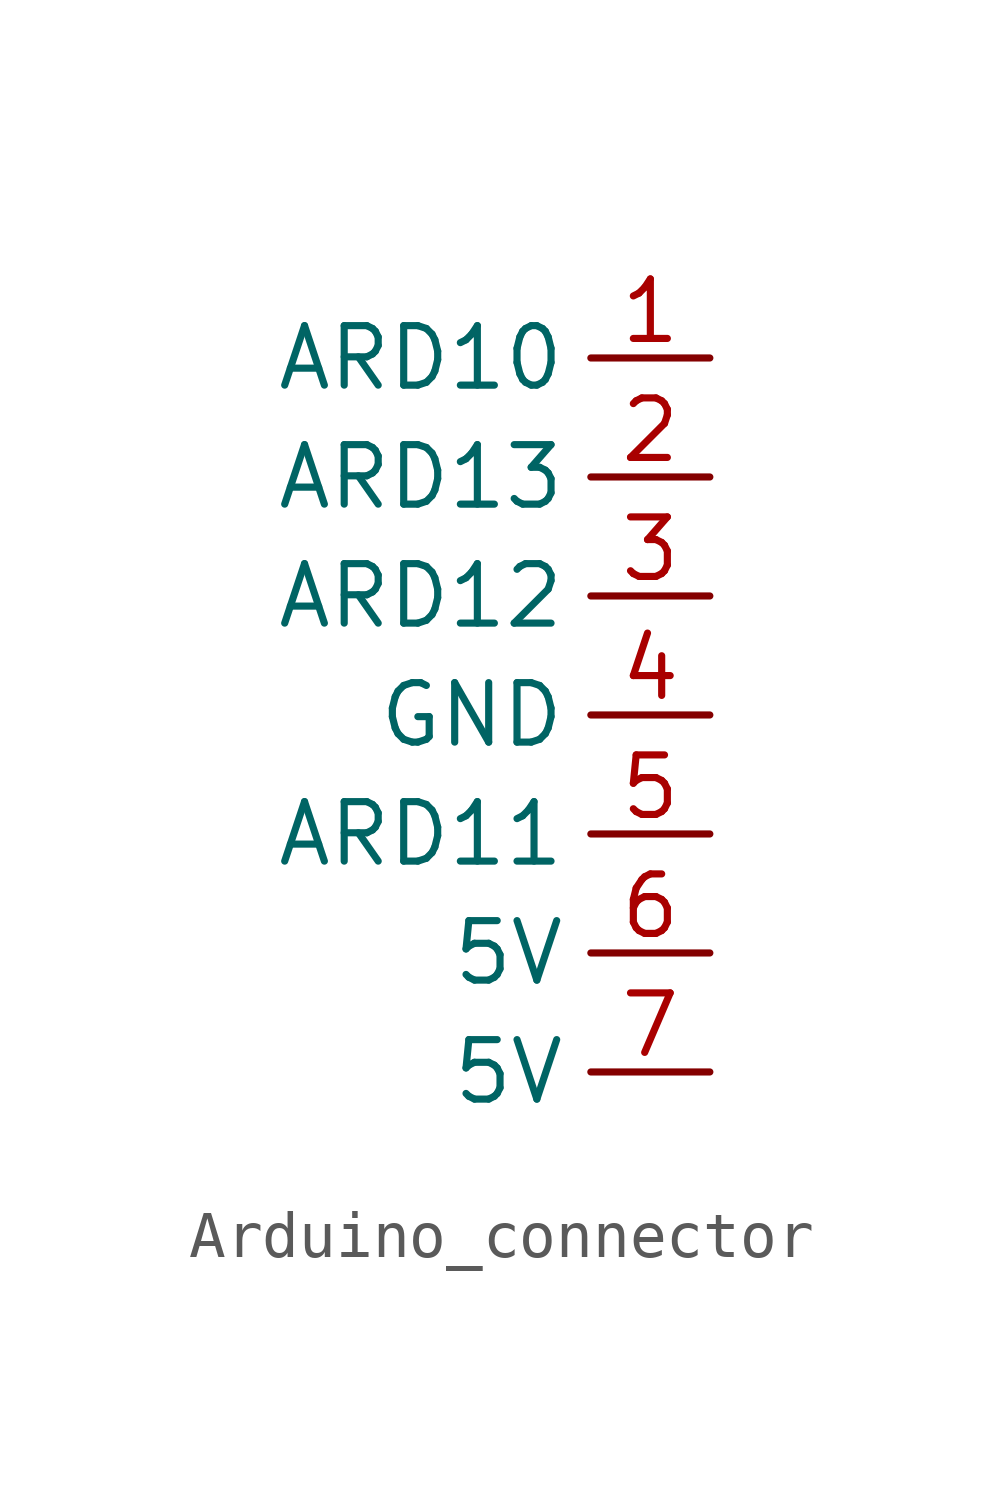
<source format=kicad_sym>
(kicad_symbol_lib
  (version 20231120)
  (generator "kicad_symbol_editor")
  (generator_version "8.0")
  (symbol "Arduino_connector"
    (property "Reference" "U"
      (at 0 12.7 0)
      (effects (font (size 1.27 1.27)) (hide yes)))
    (property "Value" ""
      (at 0 12.7 0)
      (effects (font (size 1.27 1.27))))
    (symbol "Arduino_connector_1_1"
      (pin input line (at 0 15.24 180) (length 2.54) (name "ARD10" (effects (font (size 1.27 1.27)))) (number "1" (effects (font (size 1.27 1.27)))))
      (pin input line (at 0 12.7 180) (length 2.54) (name "ARD13" (effects (font (size 1.27 1.27)))) (number "2" (effects (font (size 1.27 1.27)))))
      (pin input line (at 0 10.16 180) (length 2.54) (name "ARD12" (effects (font (size 1.27 1.27)))) (number "3" (effects (font (size 1.27 1.27)))))
      (pin input line (at 0 7.62 180) (length 2.54) (name "GND" (effects (font (size 1.27 1.27)))) (number "4" (effects (font (size 1.27 1.27)))))
      (pin input line (at 0 5.08 180) (length 2.54) (name "ARD11" (effects (font (size 1.27 1.27)))) (number "5" (effects (font (size 1.27 1.27)))))
      (pin input line (at 0 2.54 180) (length 2.54) (name "5V" (effects (font (size 1.27 1.27)))) (number "6" (effects (font (size 1.27 1.27)))))
      (pin input line (at 0 0 180) (length 2.54) (name "5V" (effects (font (size 1.27 1.27)))) (number "7" (effects (font (size 1.27 1.27))))))))
</source>
